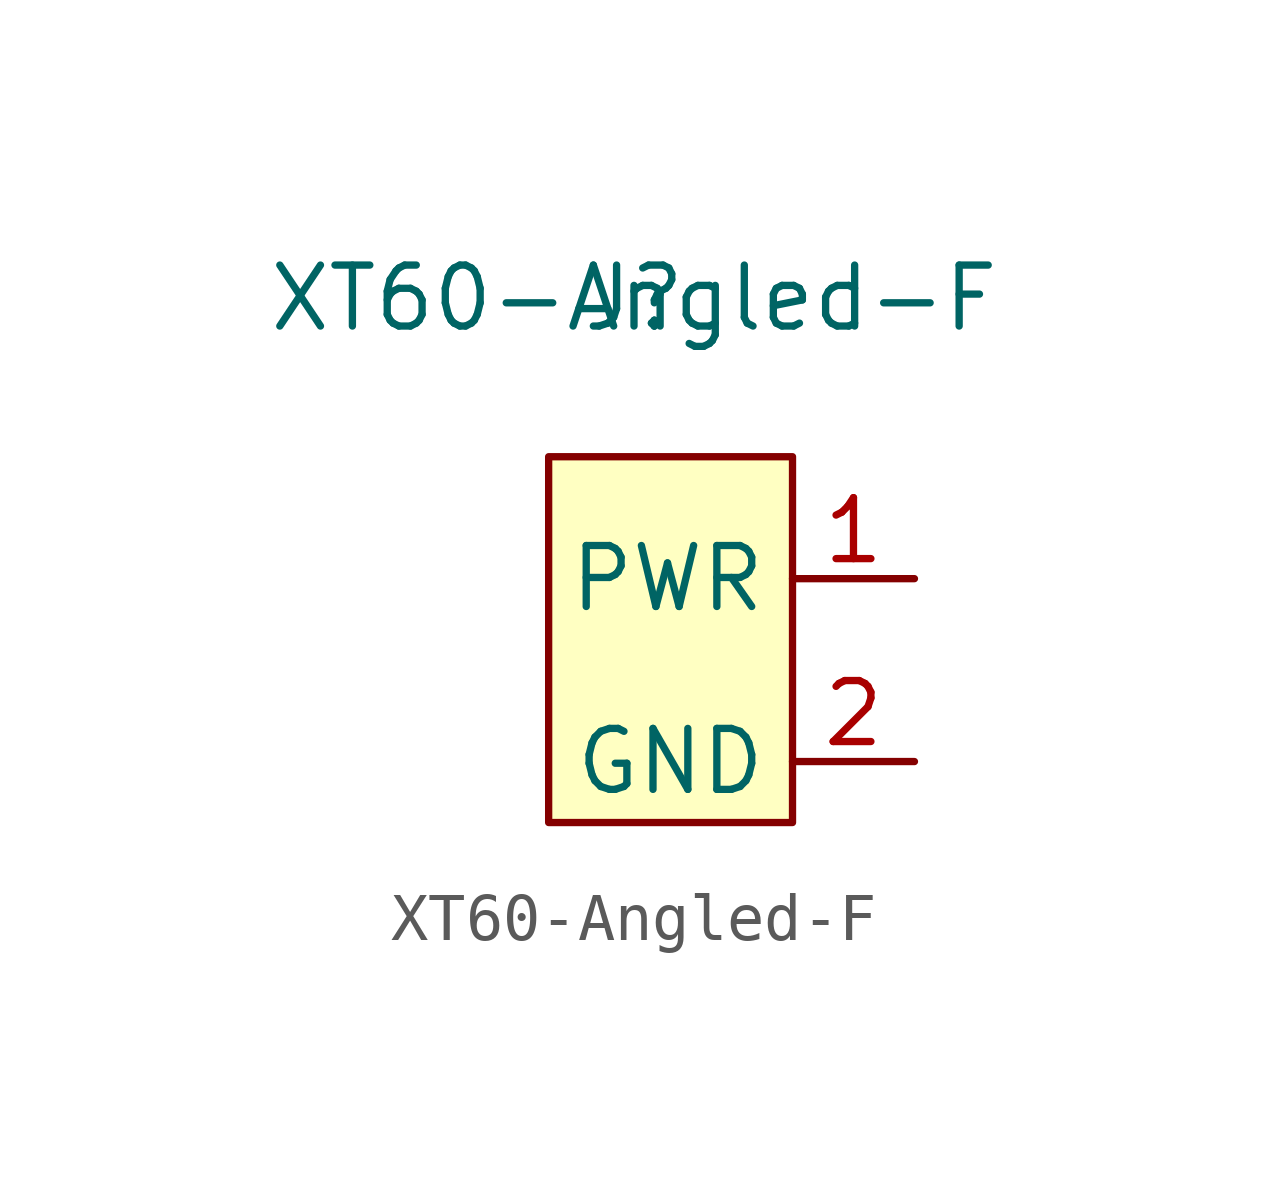
<source format=kicad_sym>
(kicad_symbol_lib
  (version 20241209)
  (generator "kicad_symbol_editor")
  (generator_version "9.0")
  (symbol "XT60-Angled-F"
    (property "Reference" "J"
      (at -0.762 7.112 0)
      (effects (font (size 1.27 1.27))))
    (property "Value" "XT60-Angled-F"
      (at -0.762 7.112 0)
      (effects (font (size 1.27 1.27))))
    (symbol "XT60-Angled-F_1_1"
      (rectangle (start -2.54 3.81) (end 2.54 -3.81) (stroke (width 0) (type solid)) (fill (type background)))
      (pin input line (at 5.08 1.27 180) (length 2.54) (name "PWR" (effects (font (size 1.27 1.27)))) (number "1" (effects (font (size 1.27 1.27)))))
      (pin input line (at 5.08 -2.54 180) (length 2.54) (name "GND" (effects (font (size 1.27 1.27)))) (number "2" (effects (font (size 1.27 1.27))))))))
</source>
